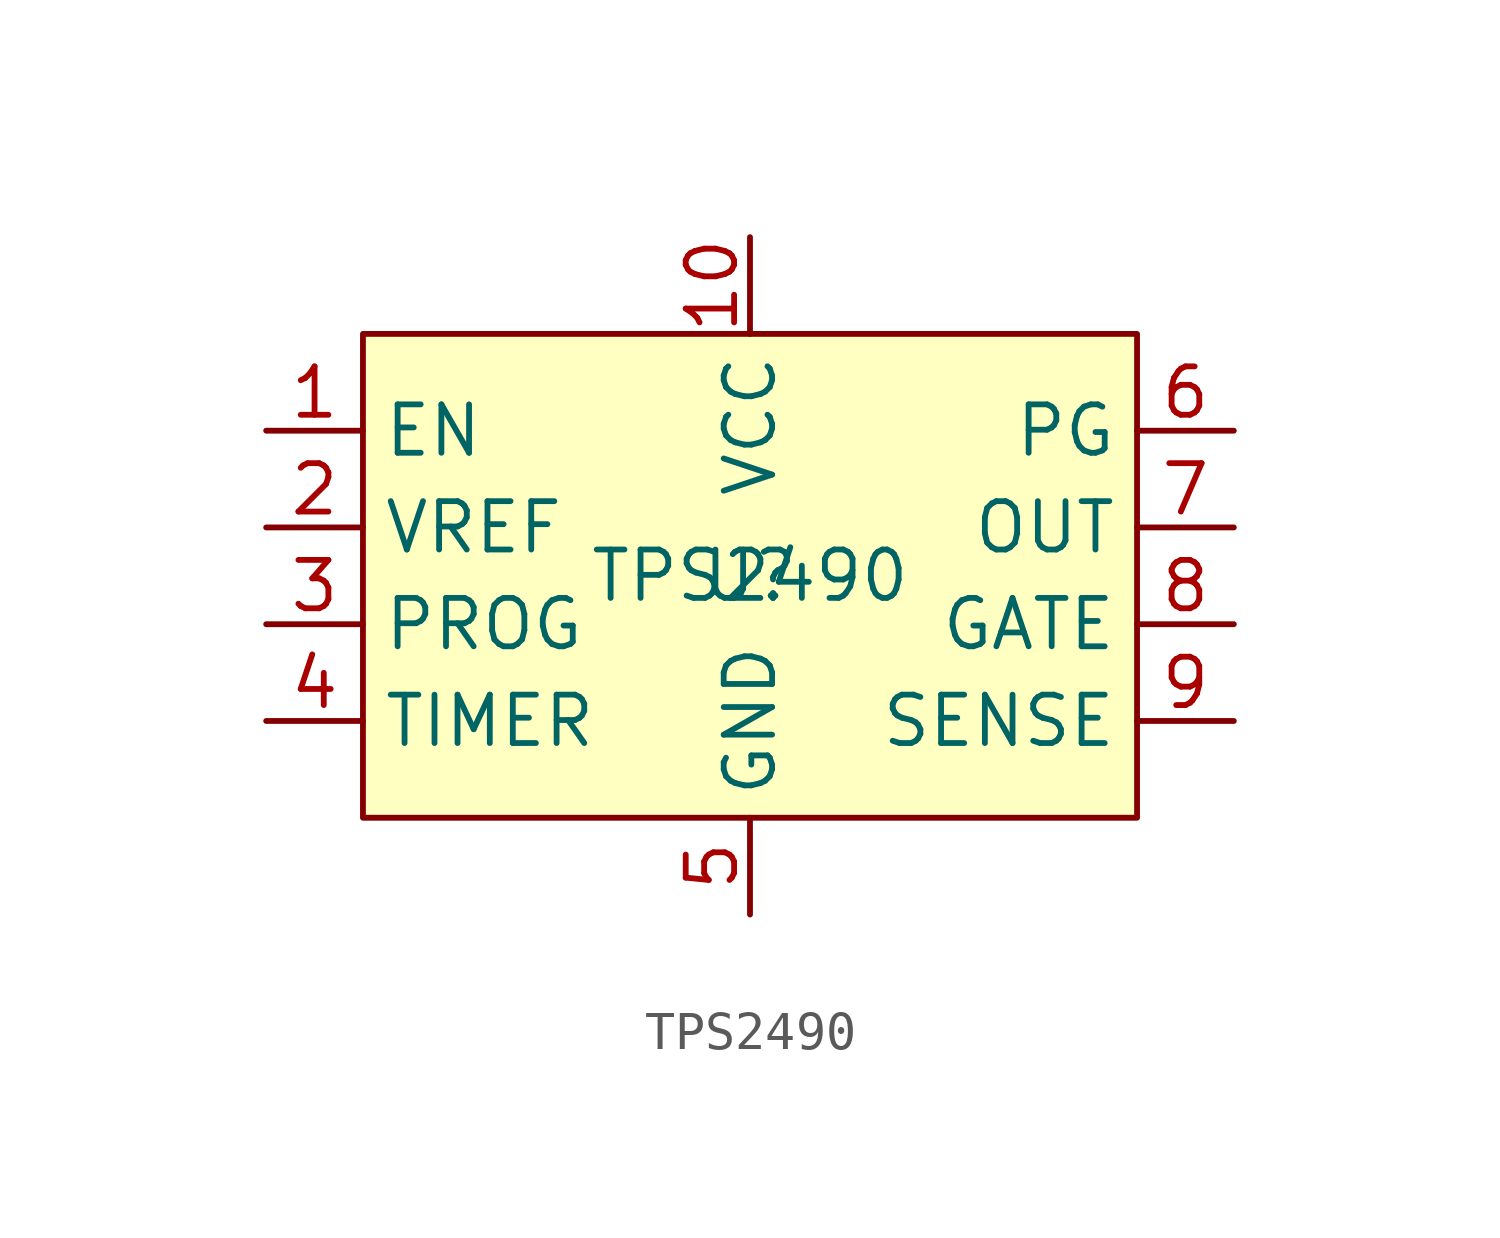
<source format=kicad_sym>
(kicad_symbol_lib
  (version 20241209)
  (generator "kicad_symbol_editor")
  (generator_version "9.0")
  (symbol "TPS2490"
    (property "Reference" "U"
      (at 0 0 0)
      (effects (font (size 1.27 1.27))))
    (property "Value" "TPS2490"
      (at 0 0 0)
      (effects (font (size 1.27 1.27))))
    (symbol "TPS2490_1_1"
      (rectangle (start -10.16 6.35) (end 10.16 -6.35) (stroke (width 0) (type solid)) (fill (type background)))
      (pin input line (at -12.7 3.81 0) (length 2.54) (name "EN" (effects (font (size 1.27 1.27)))) (number "1" (effects (font (size 1.27 1.27)))))
      (pin output line (at -12.7 1.27 0) (length 2.54) (name "VREF" (effects (font (size 1.27 1.27)))) (number "2" (effects (font (size 1.27 1.27)))))
      (pin input line (at -12.7 -1.27 0) (length 2.54) (name "PROG" (effects (font (size 1.27 1.27)))) (number "3" (effects (font (size 1.27 1.27)))))
      (pin bidirectional line (at -12.7 -3.81 0) (length 2.54) (name "TIMER" (effects (font (size 1.27 1.27)))) (number "4" (effects (font (size 1.27 1.27)))))
      (pin power_in line (at 0 8.89 270) (length 2.54) (name "VCC" (effects (font (size 1.27 1.27)))) (number "10" (effects (font (size 1.27 1.27)))))
      (pin power_in line (at 0 -8.89 90) (length 2.54) (name "GND" (effects (font (size 1.27 1.27)))) (number "5" (effects (font (size 1.27 1.27)))))
      (pin output line (at 12.7 3.81 180) (length 2.54) (name "PG" (effects (font (size 1.27 1.27)))) (number "6" (effects (font (size 1.27 1.27)))))
      (pin input line (at 12.7 1.27 180) (length 2.54) (name "OUT" (effects (font (size 1.27 1.27)))) (number "7" (effects (font (size 1.27 1.27)))))
      (pin output line (at 12.7 -1.27 180) (length 2.54) (name "GATE" (effects (font (size 1.27 1.27)))) (number "8" (effects (font (size 1.27 1.27)))))
      (pin input line (at 12.7 -3.81 180) (length 2.54) (name "SENSE" (effects (font (size 1.27 1.27)))) (number "9" (effects (font (size 1.27 1.27))))))))
</source>
